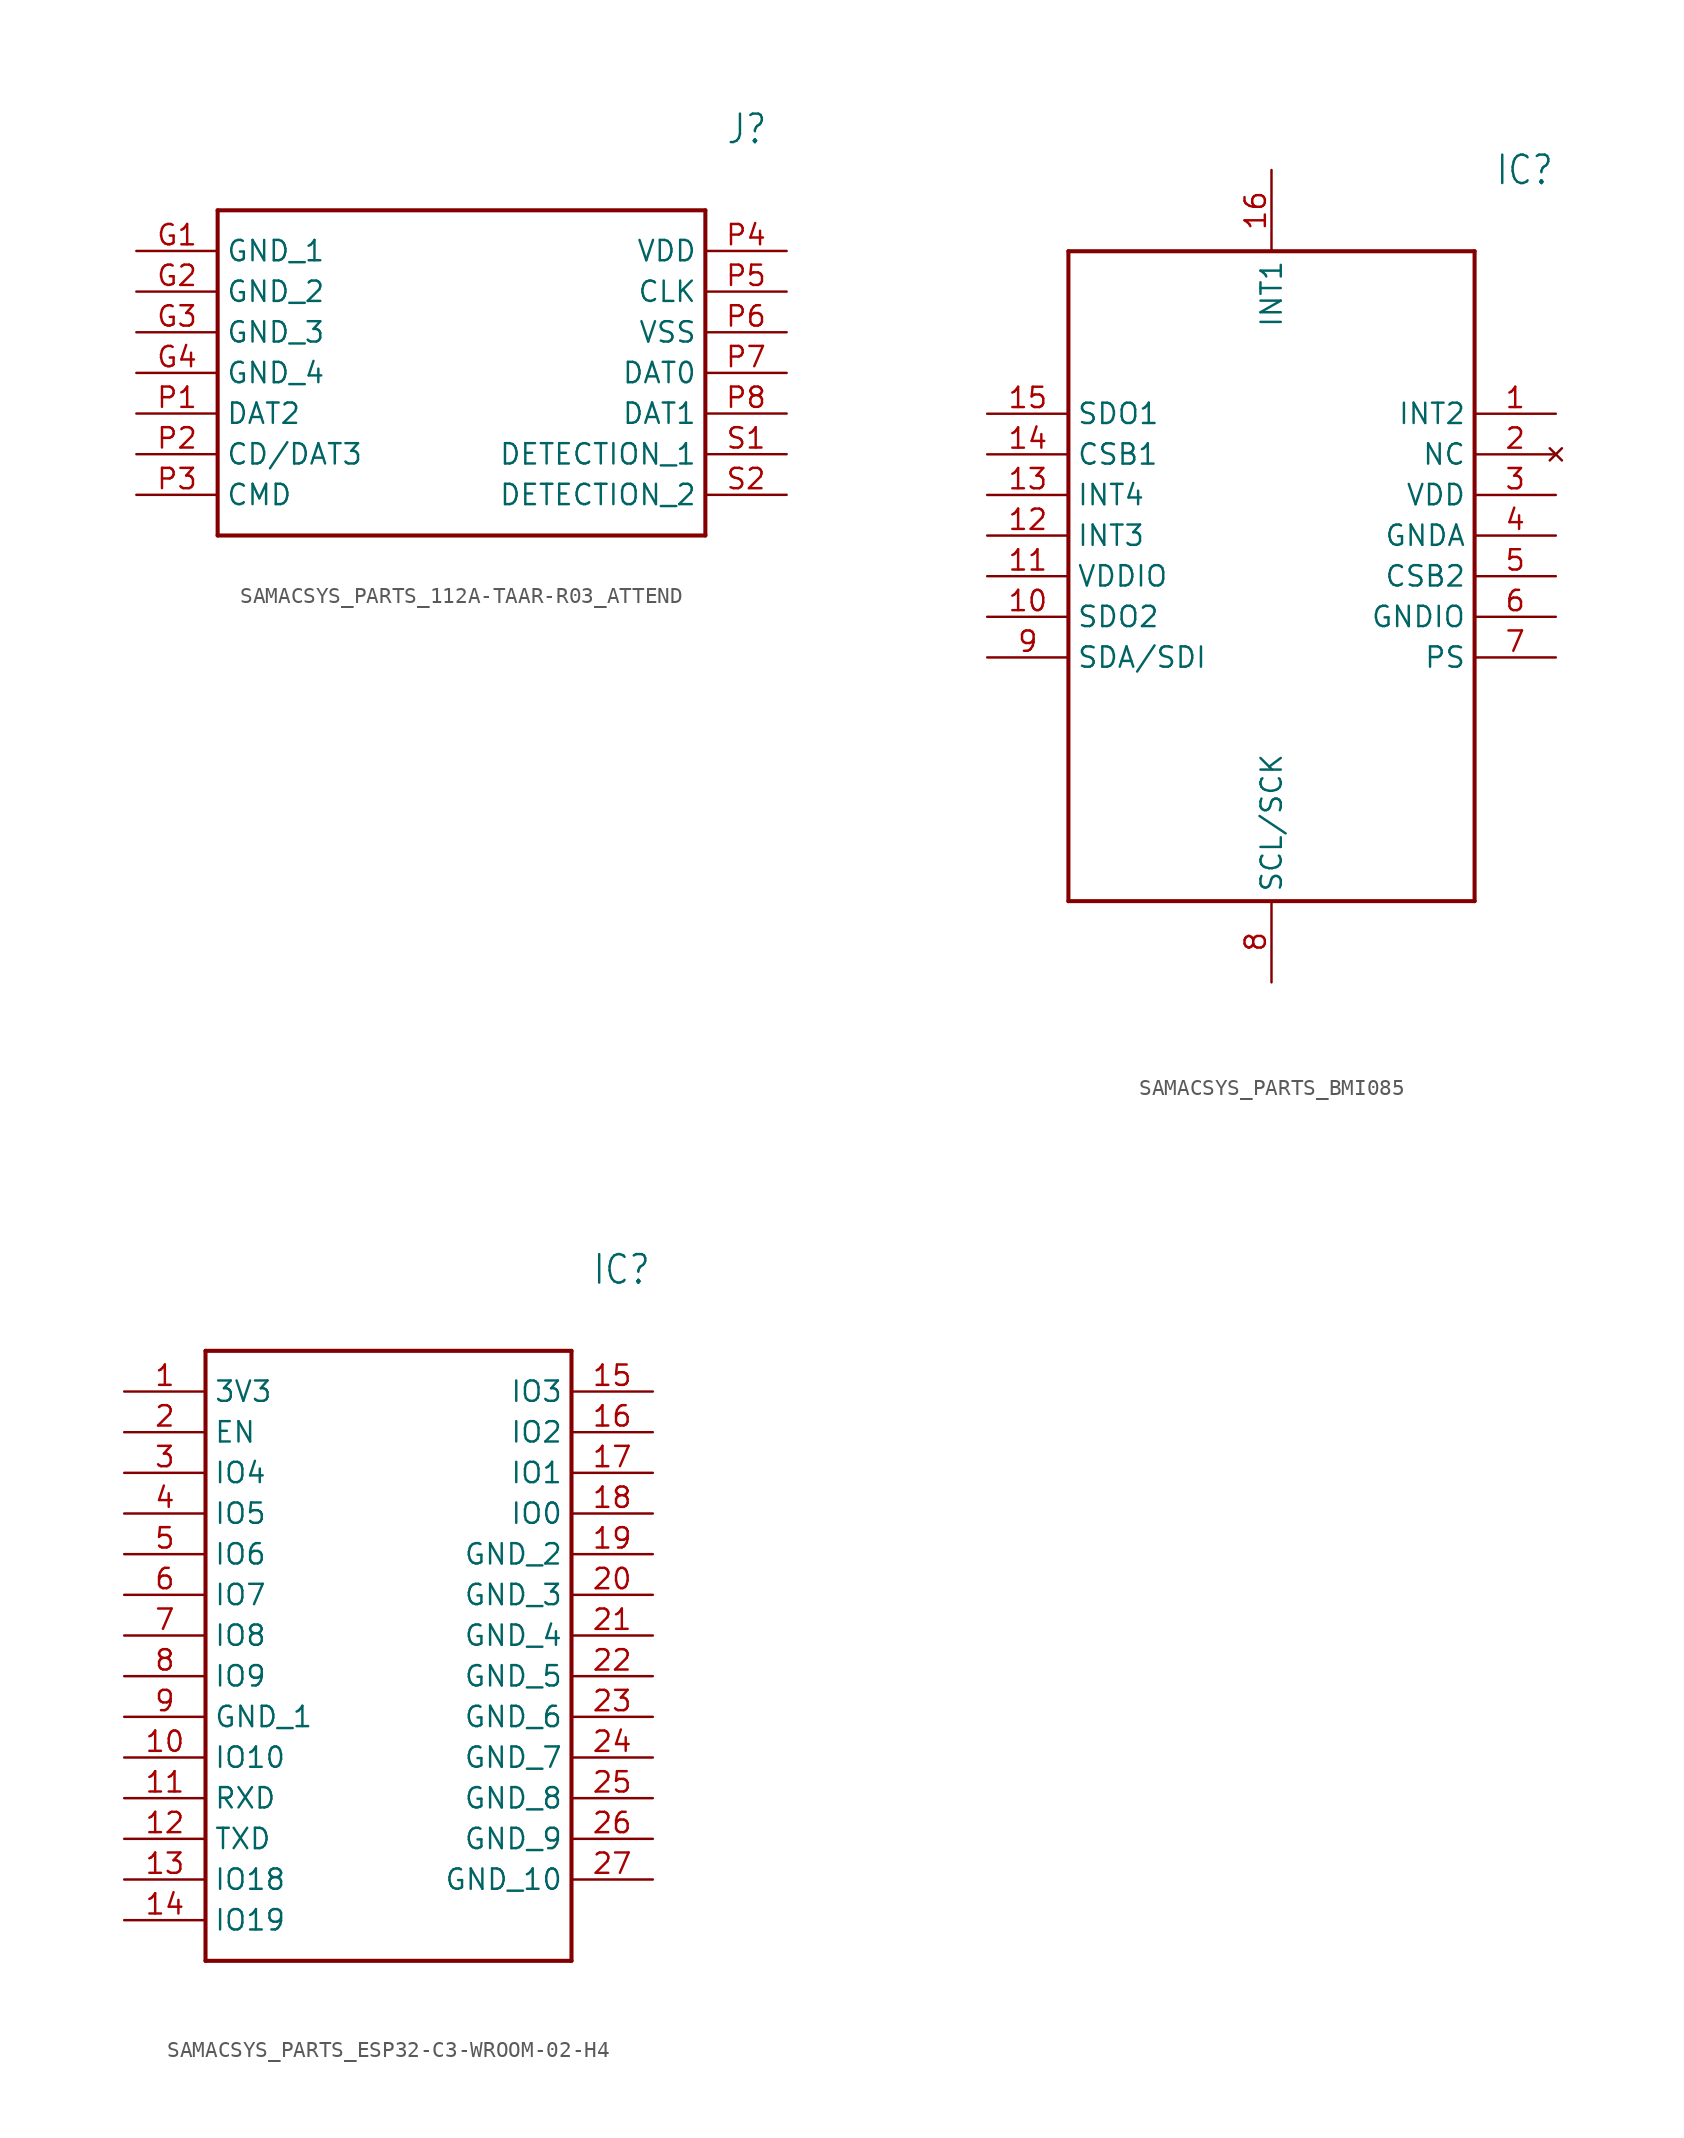
<source format=kicad_sym>
(kicad_symbol_lib
  (version 20220914)
  (generator kicad_symbol_editor)
  (symbol "SAMACSYS_PARTS_112A-TAAR-R03_ATTEND"
    (property "Reference" "J"
      (at 36.83 7.62 0)
      (effects (font (size 1.778 1.511)) (justify left)))
    (property "Value" ""
      (at 36.83 5.08 0)
      (effects (font (size 1.778 1.511)) (justify left)))
    (property "ki_locked" ""
      (at 0 0 0)
      (effects (font (size 1.27 1.27))))
    (symbol "SAMACSYS_PARTS_112A-TAAR-R03_ATTEND_1_0"
      (polyline (pts (xy 5.08 2.54) (xy 5.08 -17.78)) (stroke (width 0.254) (type solid)) (fill (type none)))
      (polyline (pts (xy 5.08 2.54) (xy 35.56 2.54)) (stroke (width 0.254) (type solid)) (fill (type none)))
      (polyline (pts (xy 35.56 -17.78) (xy 5.08 -17.78)) (stroke (width 0.254) (type solid)) (fill (type none)))
      (polyline (pts (xy 35.56 -17.78) (xy 35.56 2.54)) (stroke (width 0.254) (type solid)) (fill (type none)))
      (pin bidirectional line (at 0 0 0) (length 5.08) (name "GND_1" (effects (font (size 1.27 1.27)))) (number "G1" (effects (font (size 1.27 1.27)))))
      (pin bidirectional line (at 0 -2.54 0) (length 5.08) (name "GND_2" (effects (font (size 1.27 1.27)))) (number "G2" (effects (font (size 1.27 1.27)))))
      (pin bidirectional line (at 0 -5.08 0) (length 5.08) (name "GND_3" (effects (font (size 1.27 1.27)))) (number "G3" (effects (font (size 1.27 1.27)))))
      (pin bidirectional line (at 0 -7.62 0) (length 5.08) (name "GND_4" (effects (font (size 1.27 1.27)))) (number "G4" (effects (font (size 1.27 1.27)))))
      (pin bidirectional line (at 0 -10.16 0) (length 5.08) (name "DAT2" (effects (font (size 1.27 1.27)))) (number "P1" (effects (font (size 1.27 1.27)))))
      (pin bidirectional line (at 0 -12.7 0) (length 5.08) (name "CD/DAT3" (effects (font (size 1.27 1.27)))) (number "P2" (effects (font (size 1.27 1.27)))))
      (pin bidirectional line (at 0 -15.24 0) (length 5.08) (name "CMD" (effects (font (size 1.27 1.27)))) (number "P3" (effects (font (size 1.27 1.27)))))
      (pin bidirectional line (at 40.64 0 180) (length 5.08) (name "VDD" (effects (font (size 1.27 1.27)))) (number "P4" (effects (font (size 1.27 1.27)))))
      (pin bidirectional line (at 40.64 -2.54 180) (length 5.08) (name "CLK" (effects (font (size 1.27 1.27)))) (number "P5" (effects (font (size 1.27 1.27)))))
      (pin bidirectional line (at 40.64 -5.08 180) (length 5.08) (name "VSS" (effects (font (size 1.27 1.27)))) (number "P6" (effects (font (size 1.27 1.27)))))
      (pin bidirectional line (at 40.64 -7.62 180) (length 5.08) (name "DAT0" (effects (font (size 1.27 1.27)))) (number "P7" (effects (font (size 1.27 1.27)))))
      (pin bidirectional line (at 40.64 -10.16 180) (length 5.08) (name "DAT1" (effects (font (size 1.27 1.27)))) (number "P8" (effects (font (size 1.27 1.27)))))
      (pin bidirectional line (at 40.64 -12.7 180) (length 5.08) (name "DETECTION_1" (effects (font (size 1.27 1.27)))) (number "S1" (effects (font (size 1.27 1.27)))))
      (pin bidirectional line (at 40.64 -15.24 180) (length 5.08) (name "DETECTION_2" (effects (font (size 1.27 1.27)))) (number "S2" (effects (font (size 1.27 1.27)))))))
  (symbol "SAMACSYS_PARTS_BMI085"
    (property "Reference" "IC"
      (at 31.75 15.24 0)
      (effects (font (size 1.778 1.511)) (justify left)))
    (property "Value" ""
      (at 31.75 12.7 0)
      (effects (font (size 1.778 1.511)) (justify left)))
    (property "ki_locked" ""
      (at 0 0 0)
      (effects (font (size 1.27 1.27))))
    (symbol "SAMACSYS_PARTS_BMI085_1_0"
      (polyline (pts (xy 5.08 10.16) (xy 5.08 -30.48)) (stroke (width 0.254) (type solid)) (fill (type none)))
      (polyline (pts (xy 5.08 10.16) (xy 30.48 10.16)) (stroke (width 0.254) (type solid)) (fill (type none)))
      (polyline (pts (xy 30.48 -30.48) (xy 5.08 -30.48)) (stroke (width 0.254) (type solid)) (fill (type none)))
      (polyline (pts (xy 30.48 -30.48) (xy 30.48 10.16)) (stroke (width 0.254) (type solid)) (fill (type none)))
      (pin bidirectional line (at 35.56 0 180) (length 5.08) (name "INT2" (effects (font (size 1.27 1.27)))) (number "1" (effects (font (size 1.27 1.27)))))
      (pin bidirectional line (at 0 -12.7 0) (length 5.08) (name "SDO2" (effects (font (size 1.27 1.27)))) (number "10" (effects (font (size 1.27 1.27)))))
      (pin bidirectional line (at 0 -10.16 0) (length 5.08) (name "VDDIO" (effects (font (size 1.27 1.27)))) (number "11" (effects (font (size 1.27 1.27)))))
      (pin bidirectional line (at 0 -7.62 0) (length 5.08) (name "INT3" (effects (font (size 1.27 1.27)))) (number "12" (effects (font (size 1.27 1.27)))))
      (pin bidirectional line (at 0 -5.08 0) (length 5.08) (name "INT4" (effects (font (size 1.27 1.27)))) (number "13" (effects (font (size 1.27 1.27)))))
      (pin bidirectional line (at 0 -2.54 0) (length 5.08) (name "CSB1" (effects (font (size 1.27 1.27)))) (number "14" (effects (font (size 1.27 1.27)))))
      (pin bidirectional line (at 0 0 0) (length 5.08) (name "SDO1" (effects (font (size 1.27 1.27)))) (number "15" (effects (font (size 1.27 1.27)))))
      (pin bidirectional line (at 17.78 15.24 270) (length 5.08) (name "INT1" (effects (font (size 1.27 1.27)))) (number "16" (effects (font (size 1.27 1.27)))))
      (pin no_connect line (at 35.56 -2.54 180) (length 5.08) (name "NC" (effects (font (size 1.27 1.27)))) (number "2" (effects (font (size 1.27 1.27)))))
      (pin bidirectional line (at 35.56 -5.08 180) (length 5.08) (name "VDD" (effects (font (size 1.27 1.27)))) (number "3" (effects (font (size 1.27 1.27)))))
      (pin bidirectional line (at 35.56 -7.62 180) (length 5.08) (name "GNDA" (effects (font (size 1.27 1.27)))) (number "4" (effects (font (size 1.27 1.27)))))
      (pin bidirectional line (at 35.56 -10.16 180) (length 5.08) (name "CSB2" (effects (font (size 1.27 1.27)))) (number "5" (effects (font (size 1.27 1.27)))))
      (pin bidirectional line (at 35.56 -12.7 180) (length 5.08) (name "GNDIO" (effects (font (size 1.27 1.27)))) (number "6" (effects (font (size 1.27 1.27)))))
      (pin bidirectional line (at 35.56 -15.24 180) (length 5.08) (name "PS" (effects (font (size 1.27 1.27)))) (number "7" (effects (font (size 1.27 1.27)))))
      (pin bidirectional line (at 17.78 -35.56 90) (length 5.08) (name "SCL/SCK" (effects (font (size 1.27 1.27)))) (number "8" (effects (font (size 1.27 1.27)))))
      (pin bidirectional line (at 0 -15.24 0) (length 5.08) (name "SDA/SDI" (effects (font (size 1.27 1.27)))) (number "9" (effects (font (size 1.27 1.27)))))))
  (symbol "SAMACSYS_PARTS_ESP32-C3-WROOM-02-H4"
    (property "Reference" "IC"
      (at 29.21 7.62 0)
      (effects (font (size 1.778 1.511)) (justify left)))
    (property "Value" ""
      (at 29.21 5.08 0)
      (effects (font (size 1.778 1.511)) (justify left)))
    (property "ki_locked" ""
      (at 0 0 0)
      (effects (font (size 1.27 1.27))))
    (symbol "SAMACSYS_PARTS_ESP32-C3-WROOM-02-H4_1_0"
      (polyline (pts (xy 5.08 2.54) (xy 5.08 -35.56)) (stroke (width 0.254) (type solid)) (fill (type none)))
      (polyline (pts (xy 5.08 2.54) (xy 27.94 2.54)) (stroke (width 0.254) (type solid)) (fill (type none)))
      (polyline (pts (xy 27.94 -35.56) (xy 5.08 -35.56)) (stroke (width 0.254) (type solid)) (fill (type none)))
      (polyline (pts (xy 27.94 -35.56) (xy 27.94 2.54)) (stroke (width 0.254) (type solid)) (fill (type none)))
      (pin bidirectional line (at 0 0 0) (length 5.08) (name "3V3" (effects (font (size 1.27 1.27)))) (number "1" (effects (font (size 1.27 1.27)))))
      (pin bidirectional line (at 0 -22.86 0) (length 5.08) (name "IO10" (effects (font (size 1.27 1.27)))) (number "10" (effects (font (size 1.27 1.27)))))
      (pin bidirectional line (at 0 -25.4 0) (length 5.08) (name "RXD" (effects (font (size 1.27 1.27)))) (number "11" (effects (font (size 1.27 1.27)))))
      (pin bidirectional line (at 0 -27.94 0) (length 5.08) (name "TXD" (effects (font (size 1.27 1.27)))) (number "12" (effects (font (size 1.27 1.27)))))
      (pin bidirectional line (at 0 -30.48 0) (length 5.08) (name "IO18" (effects (font (size 1.27 1.27)))) (number "13" (effects (font (size 1.27 1.27)))))
      (pin bidirectional line (at 0 -33.02 0) (length 5.08) (name "IO19" (effects (font (size 1.27 1.27)))) (number "14" (effects (font (size 1.27 1.27)))))
      (pin bidirectional line (at 33.02 0 180) (length 5.08) (name "IO3" (effects (font (size 1.27 1.27)))) (number "15" (effects (font (size 1.27 1.27)))))
      (pin bidirectional line (at 33.02 -2.54 180) (length 5.08) (name "IO2" (effects (font (size 1.27 1.27)))) (number "16" (effects (font (size 1.27 1.27)))))
      (pin bidirectional line (at 33.02 -5.08 180) (length 5.08) (name "IO1" (effects (font (size 1.27 1.27)))) (number "17" (effects (font (size 1.27 1.27)))))
      (pin bidirectional line (at 33.02 -7.62 180) (length 5.08) (name "IO0" (effects (font (size 1.27 1.27)))) (number "18" (effects (font (size 1.27 1.27)))))
      (pin bidirectional line (at 33.02 -10.16 180) (length 5.08) (name "GND_2" (effects (font (size 1.27 1.27)))) (number "19" (effects (font (size 1.27 1.27)))))
      (pin bidirectional line (at 0 -2.54 0) (length 5.08) (name "EN" (effects (font (size 1.27 1.27)))) (number "2" (effects (font (size 1.27 1.27)))))
      (pin bidirectional line (at 33.02 -12.7 180) (length 5.08) (name "GND_3" (effects (font (size 1.27 1.27)))) (number "20" (effects (font (size 1.27 1.27)))))
      (pin bidirectional line (at 33.02 -15.24 180) (length 5.08) (name "GND_4" (effects (font (size 1.27 1.27)))) (number "21" (effects (font (size 1.27 1.27)))))
      (pin bidirectional line (at 33.02 -17.78 180) (length 5.08) (name "GND_5" (effects (font (size 1.27 1.27)))) (number "22" (effects (font (size 1.27 1.27)))))
      (pin bidirectional line (at 33.02 -20.32 180) (length 5.08) (name "GND_6" (effects (font (size 1.27 1.27)))) (number "23" (effects (font (size 1.27 1.27)))))
      (pin bidirectional line (at 33.02 -22.86 180) (length 5.08) (name "GND_7" (effects (font (size 1.27 1.27)))) (number "24" (effects (font (size 1.27 1.27)))))
      (pin bidirectional line (at 33.02 -25.4 180) (length 5.08) (name "GND_8" (effects (font (size 1.27 1.27)))) (number "25" (effects (font (size 1.27 1.27)))))
      (pin bidirectional line (at 33.02 -27.94 180) (length 5.08) (name "GND_9" (effects (font (size 1.27 1.27)))) (number "26" (effects (font (size 1.27 1.27)))))
      (pin bidirectional line (at 33.02 -30.48 180) (length 5.08) (name "GND_10" (effects (font (size 1.27 1.27)))) (number "27" (effects (font (size 1.27 1.27)))))
      (pin bidirectional line (at 0 -5.08 0) (length 5.08) (name "IO4" (effects (font (size 1.27 1.27)))) (number "3" (effects (font (size 1.27 1.27)))))
      (pin bidirectional line (at 0 -7.62 0) (length 5.08) (name "IO5" (effects (font (size 1.27 1.27)))) (number "4" (effects (font (size 1.27 1.27)))))
      (pin bidirectional line (at 0 -10.16 0) (length 5.08) (name "IO6" (effects (font (size 1.27 1.27)))) (number "5" (effects (font (size 1.27 1.27)))))
      (pin bidirectional line (at 0 -12.7 0) (length 5.08) (name "IO7" (effects (font (size 1.27 1.27)))) (number "6" (effects (font (size 1.27 1.27)))))
      (pin bidirectional line (at 0 -15.24 0) (length 5.08) (name "IO8" (effects (font (size 1.27 1.27)))) (number "7" (effects (font (size 1.27 1.27)))))
      (pin bidirectional line (at 0 -17.78 0) (length 5.08) (name "IO9" (effects (font (size 1.27 1.27)))) (number "8" (effects (font (size 1.27 1.27)))))
      (pin bidirectional line (at 0 -20.32 0) (length 5.08) (name "GND_1" (effects (font (size 1.27 1.27)))) (number "9" (effects (font (size 1.27 1.27))))))))
</source>
